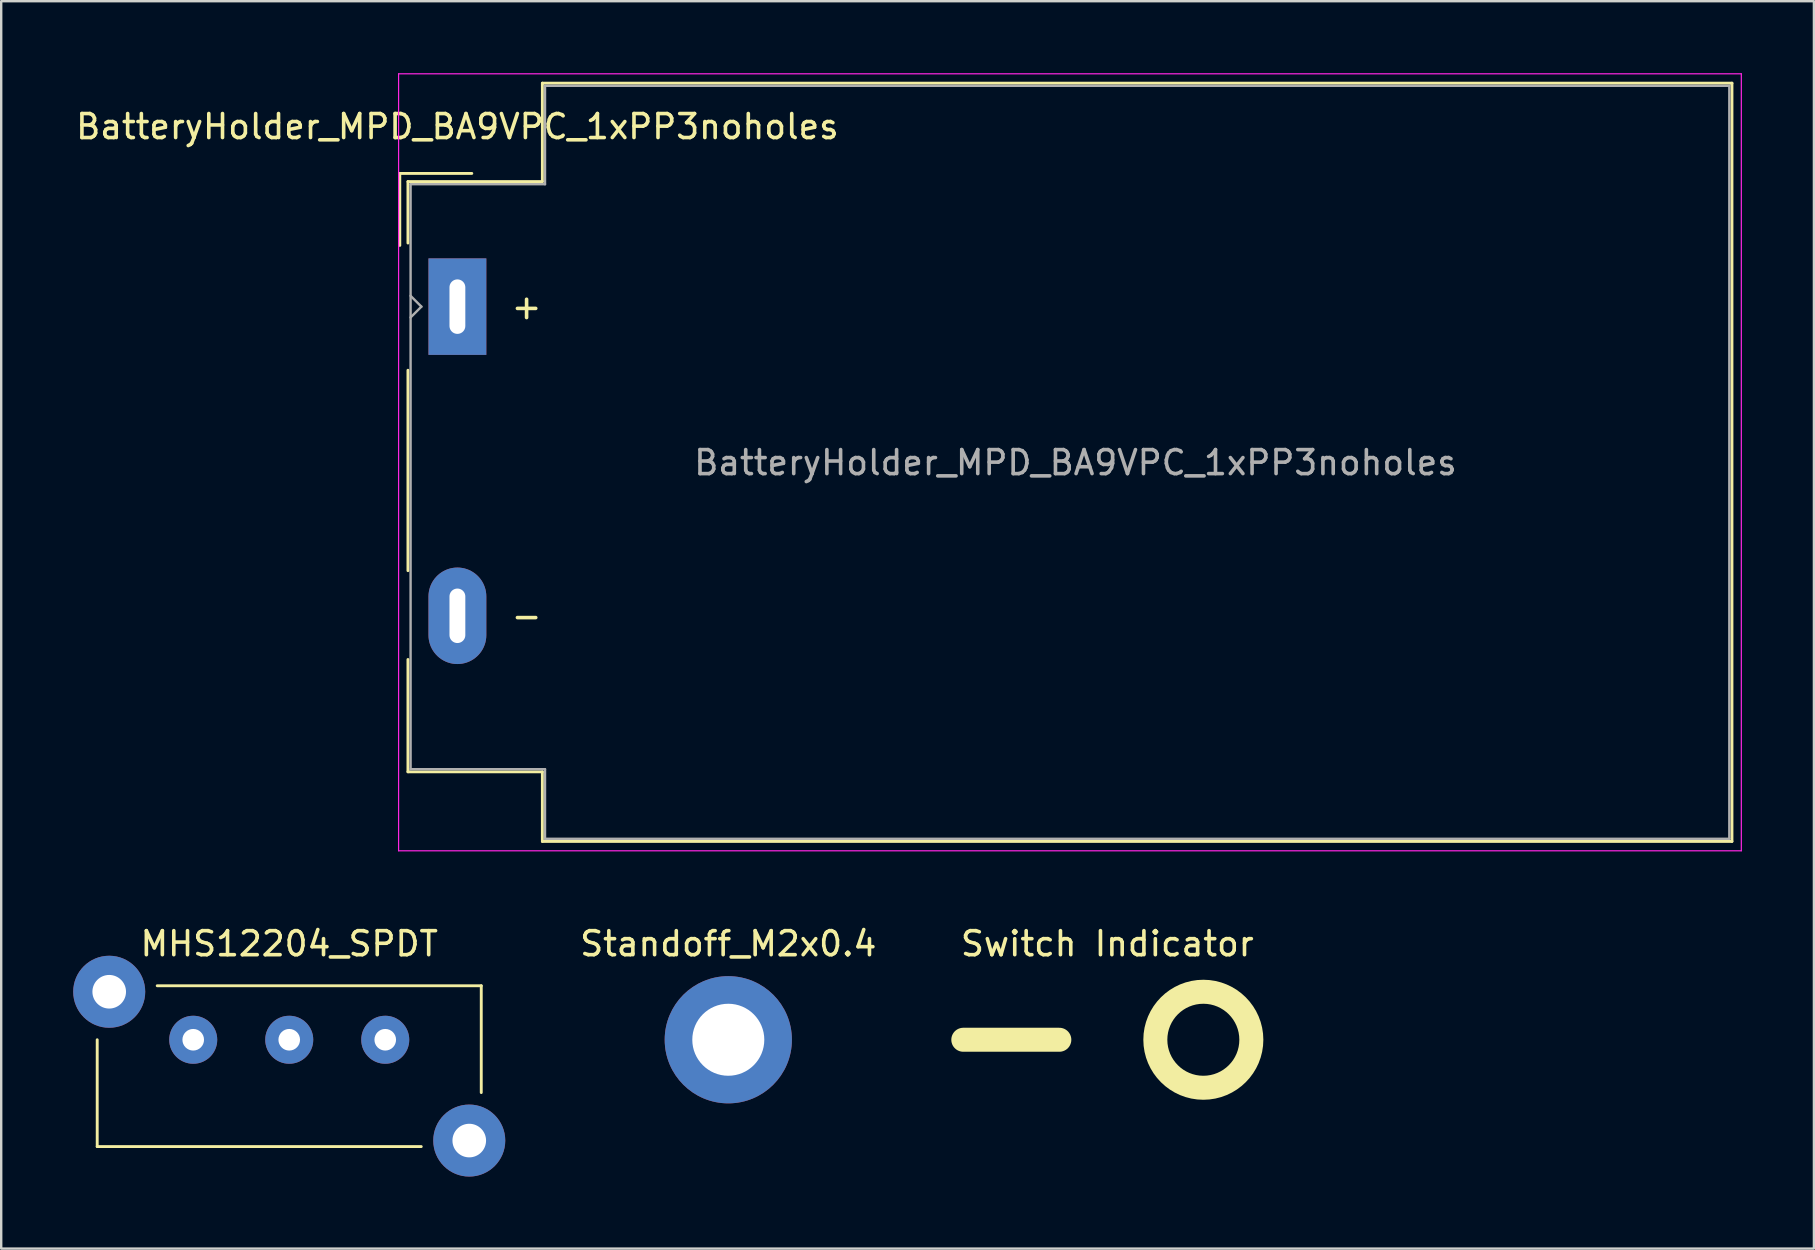
<source format=kicad_pcb>
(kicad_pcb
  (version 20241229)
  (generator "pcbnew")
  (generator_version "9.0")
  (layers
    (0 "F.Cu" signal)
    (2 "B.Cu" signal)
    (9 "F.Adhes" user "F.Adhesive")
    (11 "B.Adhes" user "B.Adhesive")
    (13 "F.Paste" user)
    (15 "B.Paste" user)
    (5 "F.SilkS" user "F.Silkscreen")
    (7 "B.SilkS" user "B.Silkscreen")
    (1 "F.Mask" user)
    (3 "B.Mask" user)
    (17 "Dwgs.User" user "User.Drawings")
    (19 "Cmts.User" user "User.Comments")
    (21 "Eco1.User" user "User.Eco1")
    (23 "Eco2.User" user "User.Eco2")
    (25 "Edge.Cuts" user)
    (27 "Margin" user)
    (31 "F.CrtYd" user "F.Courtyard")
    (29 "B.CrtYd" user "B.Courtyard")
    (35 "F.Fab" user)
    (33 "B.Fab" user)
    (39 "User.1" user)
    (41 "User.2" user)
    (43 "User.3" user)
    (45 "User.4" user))
  (footprint "Standoff_M2x0.4"
    (layer "F.Cu")
    (at 27.292 40.268)
    (property "Reference" "Standoff_M2x0.4" (at 0 -4 0) (layer "F.SilkS") (effects (font (size 1 1) (thickness 0.15))))
    (attr through_hole)
    (pad "1" thru_hole circle (at 0 0) (size 5.3 5.3) (drill 3) (layers "*.Cu" "*.Mask")))
  (footprint "Switch Indicator"
    (layer "F.Cu")
    (at 43.083 40.268)
    (property "Reference" "Switch Indicator" (at 0 -4 0) (layer "F.SilkS") (effects (font (size 1 1) (thickness 0.15))))
    (attr through_hole)
    (fp_line (start -2 0) (end -6 0) (stroke (width 1) (type solid)) (layer "F.SilkS"))
    (fp_circle (center 4 0) (end 6 0) (stroke (width 1) (type solid)) (fill no) (layer "F.SilkS")))
  (footprint "MHS12204_SPDT"
    (layer "F.Cu")
    (at 9 40.268)
    (property "Reference" "MHS12204_SPDT" (at 0 -4 0) (layer "F.SilkS") (effects (font (size 1 1) (thickness 0.15))))
    (attr through_hole)
    (fp_line (start -8 4.45) (end -8 0) (stroke (width 0.12) (type solid)) (layer "F.SilkS"))
    (fp_line (start -8 4.45) (end 5.5 4.45) (stroke (width 0.12) (type solid)) (layer "F.SilkS"))
    (fp_line (start -5.5 -2.25) (end 8 -2.25) (stroke (width 0.12) (type solid)) (layer "F.SilkS"))
    (fp_line (start 8 -2.25) (end 8 2.2) (stroke (width 0.12) (type solid)) (layer "F.SilkS"))
    (pad "" thru_hole circle (at -7.5 -2) (size 3 3) (drill 1.4) (layers "*.Cu" "*.Mask"))
    (pad "" thru_hole circle (at 7.5 4.2) (size 3 3) (drill 1.4) (layers "*.Cu" "*.Mask"))
    (pad "1" thru_hole circle (at 4 0) (size 2 2) (drill 0.9) (layers "*.Cu" "*.Mask"))
    (pad "2" thru_hole circle (at 0 0) (size 2 2) (drill 0.9) (layers "*.Cu" "*.Mask"))
    (pad "3" thru_hole circle (at -4 0) (size 2 2) (drill 0.9) (layers "*.Cu" "*.Mask")))
  (footprint "BatteryHolder_MPD_BA9VPC_1xPP3noholes"
    (layer "F.Cu")
    (at 16.006 9.725)
    (property "Reference" "BatteryHolder_MPD_BA9VPC_1xPP3noholes" (at 0 -7.5 0) (layer "F.SilkS") (effects (font (size 1 1) (thickness 0.15))))
    (attr through_hole)
    (fp_line (start -2.4 -5.55) (end -2.4 -2.55) (stroke (width 0.12) (type solid)) (layer "F.SilkS"))
    (fp_line (start -2.4 -5.55) (end 0.6 -5.55) (stroke (width 0.12) (type solid)) (layer "F.SilkS"))
    (fp_line (start -2.06 -5.21) (end -2.06 -2.65) (stroke (width 0.12) (type solid)) (layer "F.SilkS"))
    (fp_line (start -2.06 2.65) (end -2.06 11) (stroke (width 0.12) (type solid)) (layer "F.SilkS"))
    (fp_line (start -2.06 19.38) (end -2.06 14.7) (stroke (width 0.12) (type solid)) (layer "F.SilkS"))
    (fp_line (start 3.54 -9.31) (end 3.54 -5.21) (stroke (width 0.12) (type solid)) (layer "F.SilkS"))
    (fp_line (start 3.54 -5.21) (end -2.06 -5.21) (stroke (width 0.12) (type solid)) (layer "F.SilkS"))
    (fp_line (start 3.54 19.38) (end -2.06 19.38) (stroke (width 0.12) (type solid)) (layer "F.SilkS"))
    (fp_line (start 3.54 22.28) (end 3.54 19.38) (stroke (width 0.12) (type solid)) (layer "F.SilkS"))
    (fp_line (start 53.1 -9.31) (end 3.54 -9.31) (stroke (width 0.12) (type solid)) (layer "F.SilkS"))
    (fp_line (start 53.1 22.28) (end 3.54 22.28) (stroke (width 0.12) (type solid)) (layer "F.SilkS"))
    (fp_line (start 53.1 22.28) (end 53.1 -9.31) (stroke (width 0.12) (type solid)) (layer "F.SilkS"))
    (fp_line (start -2.45 -9.7) (end -2.45 22.67) (stroke (width 0.05) (type solid)) (layer "F.CrtYd"))
    (fp_line (start -2.45 -9.7) (end 53.49 -9.7) (stroke (width 0.05) (type solid)) (layer "F.CrtYd"))
    (fp_line (start -2.45 22.67) (end 53.49 22.67) (stroke (width 0.05) (type solid)) (layer "F.CrtYd"))
    (fp_line (start 53.49 22.67) (end 53.49 -9.7) (stroke (width 0.05) (type solid)) (layer "F.CrtYd"))
    (fp_line (start -1.95 0.45) (end -1.5 0) (stroke (width 0.1) (type solid)) (layer "F.Fab"))
    (fp_line (start -1.95 19.27) (end -1.95 -5.1) (stroke (width 0.1) (type solid)) (layer "F.Fab"))
    (fp_line (start -1.5 0) (end -1.95 -0.45) (stroke (width 0.1) (type solid)) (layer "F.Fab"))
    (fp_line (start 3.65 -9.2) (end 52.99 -9.2) (stroke (width 0.1) (type solid)) (layer "F.Fab"))
    (fp_line (start 3.65 -5.1) (end -1.95 -5.1) (stroke (width 0.1) (type solid)) (layer "F.Fab"))
    (fp_line (start 3.65 -5.1) (end 3.65 -9.2) (stroke (width 0.1) (type solid)) (layer "F.Fab"))
    (fp_line (start 3.65 19.27) (end -1.95 19.27) (stroke (width 0.1) (type solid)) (layer "F.Fab"))
    (fp_line (start 3.65 22.17) (end 3.65 19.27) (stroke (width 0.1) (type solid)) (layer "F.Fab"))
    (fp_line (start 3.65 22.17) (end 52.99 22.17) (stroke (width 0.1) (type solid)) (layer "F.Fab"))
    (fp_line (start 52.99 22.17) (end 52.99 -9.2) (stroke (width 0.1) (type solid)) (layer "F.Fab"))
    (fp_text user "+" (at 3.6 0 180) (layer "F.SilkS") (effects (font (size 1 1) (thickness 0.15)) (justify right)))
    (fp_text user "-" (at 3.6 12.88 180) (layer "F.SilkS") (effects (font (size 1 1) (thickness 0.15)) (justify right)))
    (fp_text user "${REFERENCE}" (at 25.75 6.5 180) (layer "F.Fab") (effects (font (size 1 1) (thickness 0.15))))
    (pad "1" thru_hole rect (at 0 0) (size 2.41 4.02) (drill oval 0.66 2.27) (layers "*.Cu" "*.Mask"))
    (pad "2" thru_hole oval (at 0 12.88) (size 2.41 4.02) (drill oval 0.66 2.27) (layers "*.Cu" "*.Mask")))
  (gr_rect
    (start -3 -3)
    (end 72.521 48.968)
    (stroke (width 0.1) (type default))
    (fill no)
    (layer "Edge.Cuts")))
</source>
